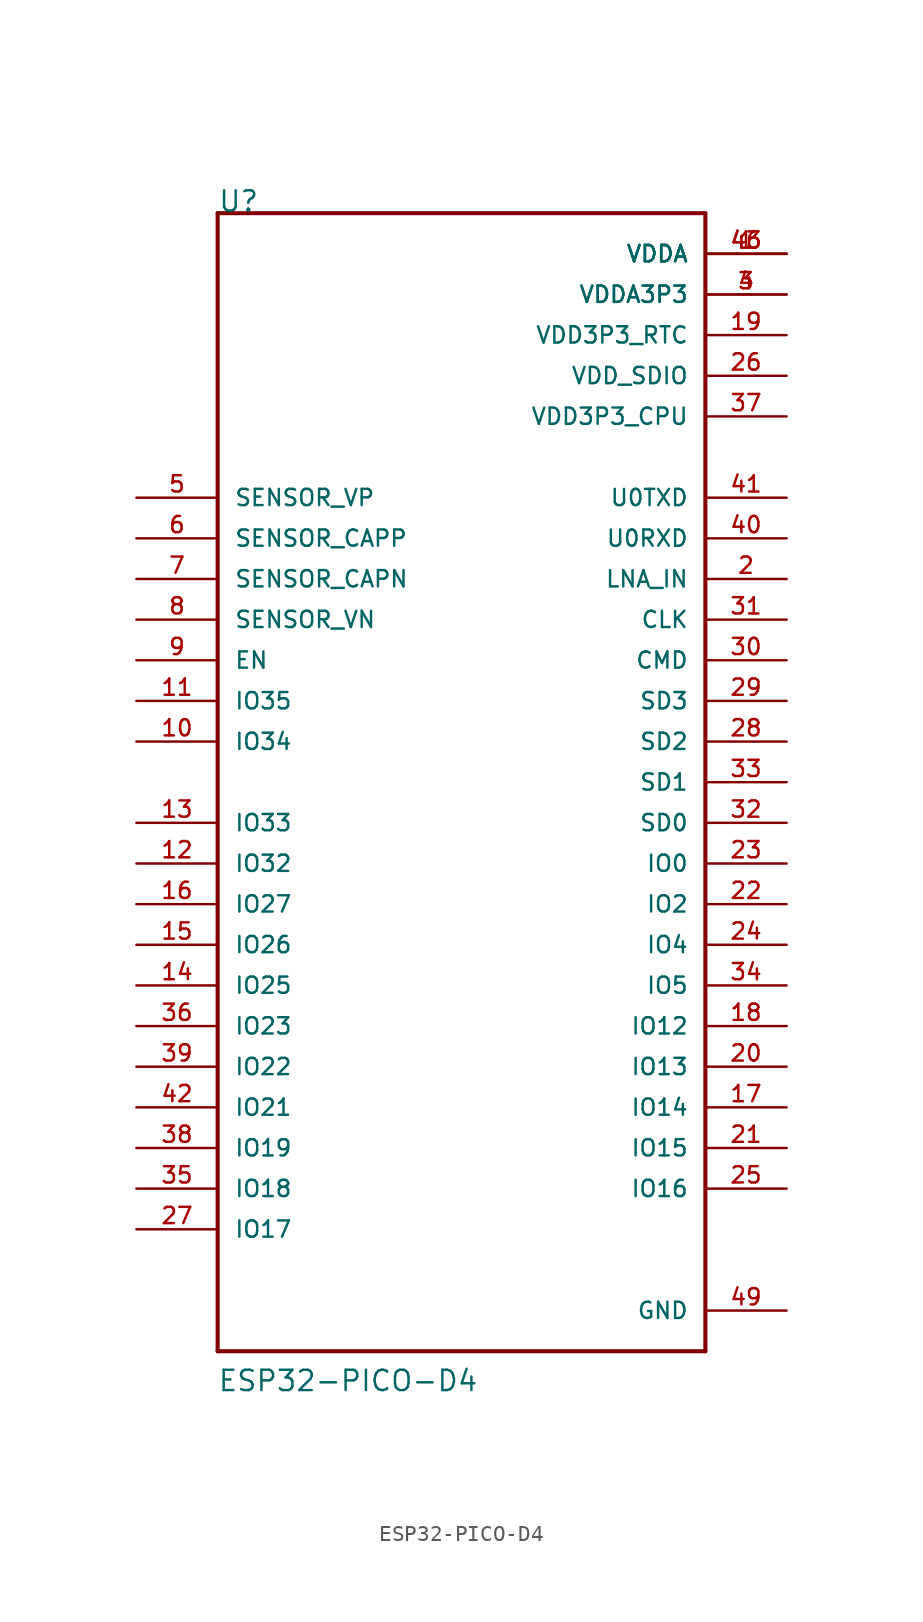
<source format=kicad_sym>
(kicad_symbol_lib
  (version 20220914)
  (generator kicad_symbol_editor)
  (symbol "ESP32-PICO-D4"
    (pin_names
      (offset 1.016))
    (property "Reference" "U"
      (at -15.24 35.56 0)
      (effects (font (size 1.27 1.27)) (justify left bottom)))
    (property "Value" "ESP32-PICO-D4"
      (at -15.265 -38.151 0)
      (effects (font (size 1.27 1.27)) (justify left bottom)))
    (property "ki_locked" ""
      (at 0 0 0)
      (effects (font (size 1.27 1.27))))
    (symbol "ESP32-PICO-D4_0_0"
      (polyline (pts (xy -15.24 -35.56) (xy -15.24 35.56)) (stroke (width 0.254) (type solid)) (fill (type none)))
      (polyline (pts (xy -15.24 35.56) (xy 15.24 35.56)) (stroke (width 0.254) (type solid)) (fill (type none)))
      (polyline (pts (xy 15.24 -35.56) (xy -15.24 -35.56)) (stroke (width 0.254) (type solid)) (fill (type none)))
      (polyline (pts (xy 15.24 35.56) (xy 15.24 -35.56)) (stroke (width 0.254) (type solid)) (fill (type none)))
      (pin power_in line (at 20.32 33.02 180) (length 5.08) (name "VDDA" (effects (font (size 1.016 1.016)))) (number "1" (effects (font (size 1.016 1.016)))))
      (pin input line (at -20.32 2.54 0) (length 5.08) (name "IO34" (effects (font (size 1.016 1.016)))) (number "10" (effects (font (size 1.016 1.016)))))
      (pin input line (at -20.32 5.08 0) (length 5.08) (name "IO35" (effects (font (size 1.016 1.016)))) (number "11" (effects (font (size 1.016 1.016)))))
      (pin bidirectional line (at -20.32 -5.08 0) (length 5.08) (name "IO32" (effects (font (size 1.016 1.016)))) (number "12" (effects (font (size 1.016 1.016)))))
      (pin bidirectional line (at -20.32 -2.54 0) (length 5.08) (name "IO33" (effects (font (size 1.016 1.016)))) (number "13" (effects (font (size 1.016 1.016)))))
      (pin bidirectional line (at -20.32 -12.7 0) (length 5.08) (name "IO25" (effects (font (size 1.016 1.016)))) (number "14" (effects (font (size 1.016 1.016)))))
      (pin bidirectional line (at -20.32 -10.16 0) (length 5.08) (name "IO26" (effects (font (size 1.016 1.016)))) (number "15" (effects (font (size 1.016 1.016)))))
      (pin bidirectional line (at -20.32 -7.62 0) (length 5.08) (name "IO27" (effects (font (size 1.016 1.016)))) (number "16" (effects (font (size 1.016 1.016)))))
      (pin bidirectional line (at 20.32 -20.32 180) (length 5.08) (name "IO14" (effects (font (size 1.016 1.016)))) (number "17" (effects (font (size 1.016 1.016)))))
      (pin bidirectional line (at 20.32 -15.24 180) (length 5.08) (name "IO12" (effects (font (size 1.016 1.016)))) (number "18" (effects (font (size 1.016 1.016)))))
      (pin power_in line (at 20.32 27.94 180) (length 5.08) (name "VDD3P3_RTC" (effects (font (size 1.016 1.016)))) (number "19" (effects (font (size 1.016 1.016)))))
      (pin bidirectional line (at 20.32 12.7 180) (length 5.08) (name "LNA_IN" (effects (font (size 1.016 1.016)))) (number "2" (effects (font (size 1.016 1.016)))))
      (pin bidirectional line (at 20.32 -17.78 180) (length 5.08) (name "IO13" (effects (font (size 1.016 1.016)))) (number "20" (effects (font (size 1.016 1.016)))))
      (pin bidirectional line (at 20.32 -22.86 180) (length 5.08) (name "IO15" (effects (font (size 1.016 1.016)))) (number "21" (effects (font (size 1.016 1.016)))))
      (pin bidirectional line (at 20.32 -7.62 180) (length 5.08) (name "IO2" (effects (font (size 1.016 1.016)))) (number "22" (effects (font (size 1.016 1.016)))))
      (pin bidirectional line (at 20.32 -5.08 180) (length 5.08) (name "IO0" (effects (font (size 1.016 1.016)))) (number "23" (effects (font (size 1.016 1.016)))))
      (pin bidirectional line (at 20.32 -10.16 180) (length 5.08) (name "IO4" (effects (font (size 1.016 1.016)))) (number "24" (effects (font (size 1.016 1.016)))))
      (pin bidirectional line (at 20.32 -25.4 180) (length 5.08) (name "IO16" (effects (font (size 1.016 1.016)))) (number "25" (effects (font (size 1.016 1.016)))))
      (pin power_in line (at 20.32 25.4 180) (length 5.08) (name "VDD_SDIO" (effects (font (size 1.016 1.016)))) (number "26" (effects (font (size 1.016 1.016)))))
      (pin bidirectional line (at -20.32 -27.94 0) (length 5.08) (name "IO17" (effects (font (size 1.016 1.016)))) (number "27" (effects (font (size 1.016 1.016)))))
      (pin bidirectional line (at 20.32 2.54 180) (length 5.08) (name "SD2" (effects (font (size 1.016 1.016)))) (number "28" (effects (font (size 1.016 1.016)))))
      (pin bidirectional line (at 20.32 5.08 180) (length 5.08) (name "SD3" (effects (font (size 1.016 1.016)))) (number "29" (effects (font (size 1.016 1.016)))))
      (pin power_in line (at 20.32 30.48 180) (length 5.08) (name "VDDA3P3" (effects (font (size 1.016 1.016)))) (number "3" (effects (font (size 1.016 1.016)))))
      (pin bidirectional line (at 20.32 7.62 180) (length 5.08) (name "CMD" (effects (font (size 1.016 1.016)))) (number "30" (effects (font (size 1.016 1.016)))))
      (pin bidirectional line (at 20.32 10.16 180) (length 5.08) (name "CLK" (effects (font (size 1.016 1.016)))) (number "31" (effects (font (size 1.016 1.016)))))
      (pin bidirectional line (at 20.32 -2.54 180) (length 5.08) (name "SD0" (effects (font (size 1.016 1.016)))) (number "32" (effects (font (size 1.016 1.016)))))
      (pin bidirectional line (at 20.32 0 180) (length 5.08) (name "SD1" (effects (font (size 1.016 1.016)))) (number "33" (effects (font (size 1.016 1.016)))))
      (pin bidirectional line (at 20.32 -12.7 180) (length 5.08) (name "IO5" (effects (font (size 1.016 1.016)))) (number "34" (effects (font (size 1.016 1.016)))))
      (pin bidirectional line (at -20.32 -25.4 0) (length 5.08) (name "IO18" (effects (font (size 1.016 1.016)))) (number "35" (effects (font (size 1.016 1.016)))))
      (pin bidirectional line (at -20.32 -15.24 0) (length 5.08) (name "IO23" (effects (font (size 1.016 1.016)))) (number "36" (effects (font (size 1.016 1.016)))))
      (pin power_in line (at 20.32 22.86 180) (length 5.08) (name "VDD3P3_CPU" (effects (font (size 1.016 1.016)))) (number "37" (effects (font (size 1.016 1.016)))))
      (pin bidirectional line (at -20.32 -22.86 0) (length 5.08) (name "IO19" (effects (font (size 1.016 1.016)))) (number "38" (effects (font (size 1.016 1.016)))))
      (pin bidirectional line (at -20.32 -17.78 0) (length 5.08) (name "IO22" (effects (font (size 1.016 1.016)))) (number "39" (effects (font (size 1.016 1.016)))))
      (pin power_in line (at 20.32 30.48 180) (length 5.08) (name "VDDA3P3" (effects (font (size 1.016 1.016)))) (number "4" (effects (font (size 1.016 1.016)))))
      (pin bidirectional line (at 20.32 15.24 180) (length 5.08) (name "U0RXD" (effects (font (size 1.016 1.016)))) (number "40" (effects (font (size 1.016 1.016)))))
      (pin bidirectional line (at 20.32 17.78 180) (length 5.08) (name "U0TXD" (effects (font (size 1.016 1.016)))) (number "41" (effects (font (size 1.016 1.016)))))
      (pin bidirectional line (at -20.32 -20.32 0) (length 5.08) (name "IO21" (effects (font (size 1.016 1.016)))) (number "42" (effects (font (size 1.016 1.016)))))
      (pin power_in line (at 20.32 33.02 180) (length 5.08) (name "VDDA" (effects (font (size 1.016 1.016)))) (number "43" (effects (font (size 1.016 1.016)))))
      (pin power_in line (at 20.32 33.02 180) (length 5.08) (name "VDDA" (effects (font (size 1.016 1.016)))) (number "46" (effects (font (size 1.016 1.016)))))
      (pin power_in line (at 20.32 -33.02 180) (length 5.08) (name "GND" (effects (font (size 1.016 1.016)))) (number "49" (effects (font (size 1.016 1.016)))))
      (pin input line (at -20.32 17.78 0) (length 5.08) (name "SENSOR_VP" (effects (font (size 1.016 1.016)))) (number "5" (effects (font (size 1.016 1.016)))))
      (pin input line (at -20.32 15.24 0) (length 5.08) (name "SENSOR_CAPP" (effects (font (size 1.016 1.016)))) (number "6" (effects (font (size 1.016 1.016)))))
      (pin input line (at -20.32 12.7 0) (length 5.08) (name "SENSOR_CAPN" (effects (font (size 1.016 1.016)))) (number "7" (effects (font (size 1.016 1.016)))))
      (pin input line (at -20.32 10.16 0) (length 5.08) (name "SENSOR_VN" (effects (font (size 1.016 1.016)))) (number "8" (effects (font (size 1.016 1.016)))))
      (pin input line (at -20.32 7.62 0) (length 5.08) (name "EN" (effects (font (size 1.016 1.016)))) (number "9" (effects (font (size 1.016 1.016))))))))
</source>
